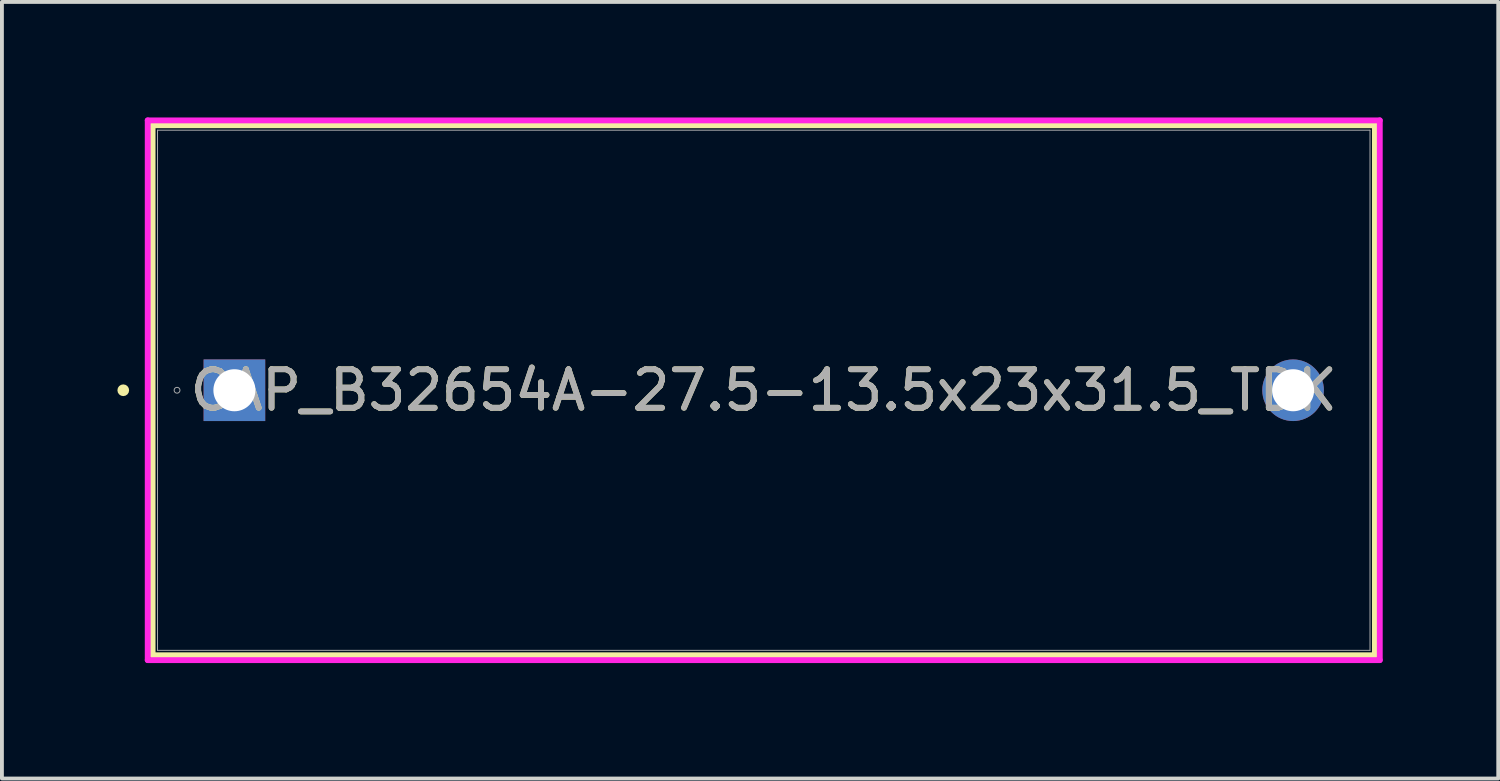
<source format=kicad_pcb>
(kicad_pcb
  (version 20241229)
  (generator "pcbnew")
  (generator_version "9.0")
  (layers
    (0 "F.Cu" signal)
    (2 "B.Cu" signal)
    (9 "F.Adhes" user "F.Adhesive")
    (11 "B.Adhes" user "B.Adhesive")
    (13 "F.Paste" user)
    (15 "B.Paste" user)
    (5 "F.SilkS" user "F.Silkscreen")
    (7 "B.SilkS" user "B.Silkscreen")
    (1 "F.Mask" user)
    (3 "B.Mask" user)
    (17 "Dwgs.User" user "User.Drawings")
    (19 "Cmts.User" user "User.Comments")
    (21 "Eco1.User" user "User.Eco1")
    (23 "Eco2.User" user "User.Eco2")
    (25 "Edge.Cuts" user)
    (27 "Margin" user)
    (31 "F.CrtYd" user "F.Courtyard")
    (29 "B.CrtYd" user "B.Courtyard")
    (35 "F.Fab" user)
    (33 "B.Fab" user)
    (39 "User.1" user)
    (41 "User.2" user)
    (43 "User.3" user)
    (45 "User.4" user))
  (footprint "CAP_B32654A-27.5-13.5x23x31.5_TDK"
    (layer "F.Cu")
    (at 3.039 7.087)
    (property "Reference" "CAP_B32654A-27.5-13.5x23x31.5_TDK" (at 13.75 0 0) (unlocked yes) (layer "F.SilkS") (effects (font (size 1 1) (thickness 0.15))))
    (attr through_hole)
    (fp_line (start -2.125 -6.883) (end -2.125 6.883) (stroke (width 0.152) (type solid)) (layer "F.SilkS"))
    (fp_line (start 29.625 -6.883) (end -2.125 -6.883) (stroke (width 0.152) (type solid)) (layer "F.SilkS"))
    (fp_line (start 29.625 -6.883) (end 29.625 6.883) (stroke (width 0.152) (type solid)) (layer "F.SilkS"))
    (fp_line (start 29.625 6.883) (end -2.125 6.883) (stroke (width 0.152) (type solid)) (layer "F.SilkS"))
    (fp_circle (center -2.887 0) (end -2.811 0) (stroke (width 0.152) (type solid)) (fill no) (layer "F.SilkS"))
    (fp_line (start -2.252 -7.01) (end 29.752 -7.01) (stroke (width 0.152) (type solid)) (layer "F.CrtYd"))
    (fp_line (start -2.252 7.01) (end -2.252 -7.01) (stroke (width 0.152) (type solid)) (layer "F.CrtYd"))
    (fp_line (start 29.752 -7.01) (end 29.752 7.01) (stroke (width 0.152) (type solid)) (layer "F.CrtYd"))
    (fp_line (start 29.752 7.01) (end -2.252 7.01) (stroke (width 0.152) (type solid)) (layer "F.CrtYd"))
    (fp_line (start -1.998 -6.756) (end -1.998 6.756) (stroke (width 0.025) (type solid)) (layer "F.Fab"))
    (fp_line (start 29.498 -6.756) (end -1.998 -6.756) (stroke (width 0.025) (type solid)) (layer "F.Fab"))
    (fp_line (start 29.498 -6.756) (end 29.498 6.756) (stroke (width 0.025) (type solid)) (layer "F.Fab"))
    (fp_line (start 29.498 6.756) (end -1.998 6.756) (stroke (width 0.025) (type solid)) (layer "F.Fab"))
    (fp_circle (center -1.49 0) (end -1.414 0) (stroke (width 0.025) (type solid)) (fill no) (layer "F.Fab"))
    (fp_text user "${REFERENCE}" (at 13.75 0 0) (unlocked yes) (layer "F.Fab") (effects (font (size 1 1) (thickness 0.15))))
    (pad "1" thru_hole rect (at 0 0) (size 1.6 1.6) (drill 1.092) (layers "*.Cu" "*.Mask"))
    (pad "2" thru_hole circle (at 27.5 0) (size 1.6 1.6) (drill 1.092) (layers "*.Cu" "*.Mask")))
  (gr_rect
    (start -3 -3)
    (end 35.868 17.173)
    (stroke (width 0.1) (type default))
    (fill no)
    (layer "Edge.Cuts")))
</source>
